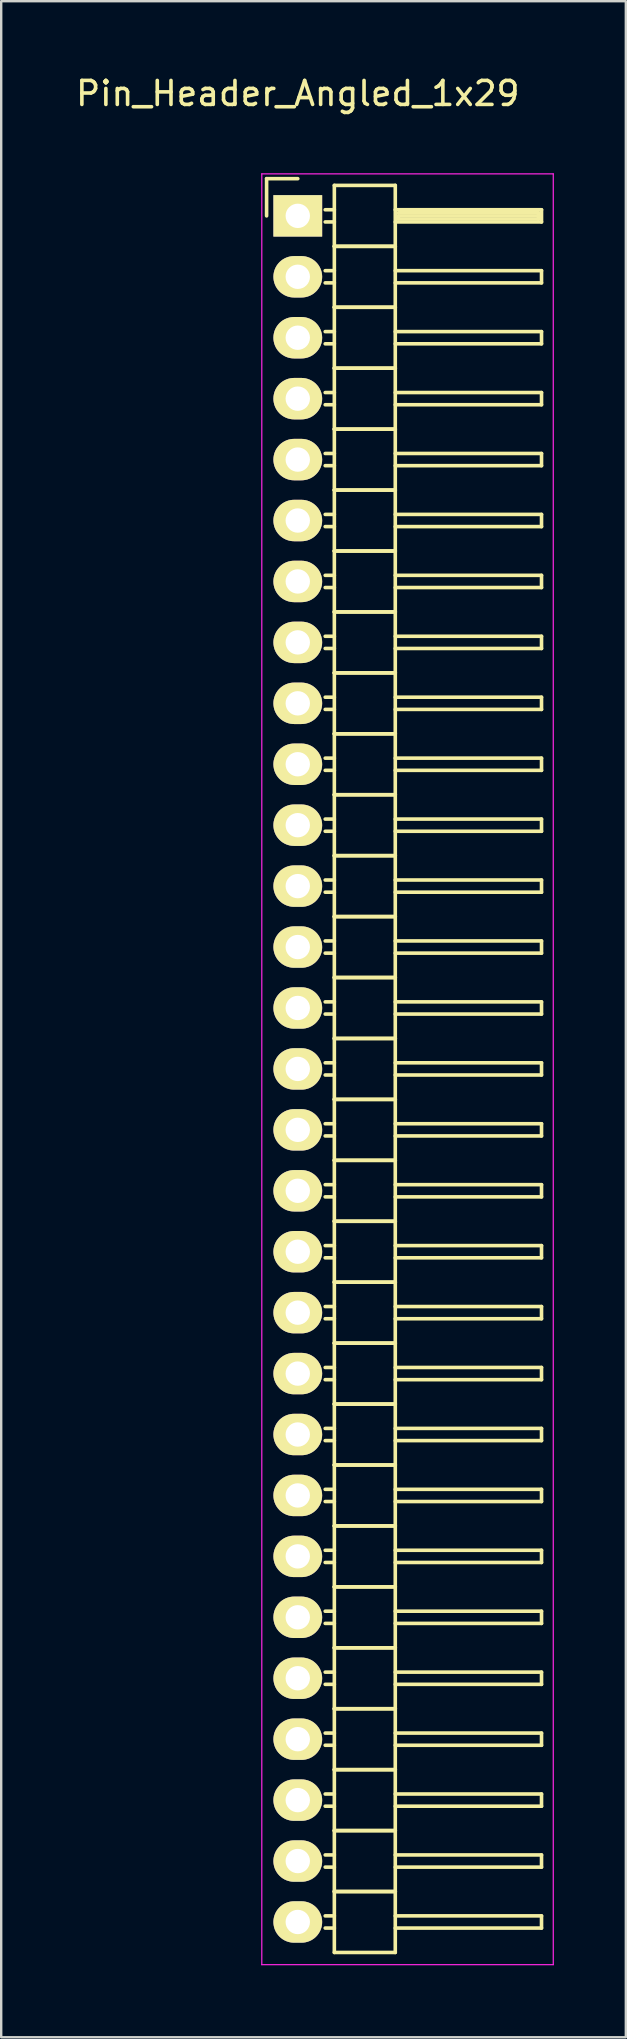
<source format=kicad_pcb>
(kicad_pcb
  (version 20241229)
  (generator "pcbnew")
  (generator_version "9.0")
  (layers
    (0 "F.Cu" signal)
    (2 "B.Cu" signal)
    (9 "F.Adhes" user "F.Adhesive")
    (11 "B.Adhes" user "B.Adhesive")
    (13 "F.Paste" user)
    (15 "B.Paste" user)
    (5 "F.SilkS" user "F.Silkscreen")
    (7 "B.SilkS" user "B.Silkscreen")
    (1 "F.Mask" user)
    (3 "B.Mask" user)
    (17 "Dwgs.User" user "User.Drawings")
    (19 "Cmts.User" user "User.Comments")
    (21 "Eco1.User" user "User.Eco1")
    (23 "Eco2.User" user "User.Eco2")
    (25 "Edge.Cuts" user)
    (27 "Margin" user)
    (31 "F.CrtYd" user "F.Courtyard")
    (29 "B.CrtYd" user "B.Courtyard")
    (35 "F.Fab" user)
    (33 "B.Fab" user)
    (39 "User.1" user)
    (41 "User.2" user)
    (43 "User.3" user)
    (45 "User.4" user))
  (footprint "Pin_Header_Angled_1x29"
    (layer "F.Cu")
    (at 9.363 5.948)
    (property "Reference" "Pin_Header_Angled_1x29" (at 0 -5.1 0) (layer "F.SilkS") (effects (font (size 1 1) (thickness 0.15))))
    (attr through_hole)
    (fp_line (start -1.3 -1.55) (end -1.3 0) (stroke (width 0.15) (type solid)) (layer "F.SilkS"))
    (fp_line (start 0 -1.55) (end -1.3 -1.55) (stroke (width 0.15) (type solid)) (layer "F.SilkS"))
    (fp_line (start 1.524 -1.27) (end 1.524 1.27) (stroke (width 0.15) (type solid)) (layer "F.SilkS"))
    (fp_line (start 1.524 -1.27) (end 4.064 -1.27) (stroke (width 0.15) (type solid)) (layer "F.SilkS"))
    (fp_line (start 1.524 -0.254) (end 1.143 -0.254) (stroke (width 0.15) (type solid)) (layer "F.SilkS"))
    (fp_line (start 1.524 0.254) (end 1.143 0.254) (stroke (width 0.15) (type solid)) (layer "F.SilkS"))
    (fp_line (start 1.524 1.27) (end 1.524 3.81) (stroke (width 0.15) (type solid)) (layer "F.SilkS"))
    (fp_line (start 1.524 1.27) (end 4.064 1.27) (stroke (width 0.15) (type solid)) (layer "F.SilkS"))
    (fp_line (start 1.524 1.27) (end 4.064 1.27) (stroke (width 0.15) (type solid)) (layer "F.SilkS"))
    (fp_line (start 1.524 2.286) (end 1.143 2.286) (stroke (width 0.15) (type solid)) (layer "F.SilkS"))
    (fp_line (start 1.524 2.794) (end 1.143 2.794) (stroke (width 0.15) (type solid)) (layer "F.SilkS"))
    (fp_line (start 1.524 3.81) (end 1.524 6.35) (stroke (width 0.15) (type solid)) (layer "F.SilkS"))
    (fp_line (start 1.524 3.81) (end 4.064 3.81) (stroke (width 0.15) (type solid)) (layer "F.SilkS"))
    (fp_line (start 1.524 3.81) (end 4.064 3.81) (stroke (width 0.15) (type solid)) (layer "F.SilkS"))
    (fp_line (start 1.524 4.826) (end 1.143 4.826) (stroke (width 0.15) (type solid)) (layer "F.SilkS"))
    (fp_line (start 1.524 5.334) (end 1.143 5.334) (stroke (width 0.15) (type solid)) (layer "F.SilkS"))
    (fp_line (start 1.524 6.35) (end 1.524 8.89) (stroke (width 0.15) (type solid)) (layer "F.SilkS"))
    (fp_line (start 1.524 6.35) (end 4.064 6.35) (stroke (width 0.15) (type solid)) (layer "F.SilkS"))
    (fp_line (start 1.524 6.35) (end 4.064 6.35) (stroke (width 0.15) (type solid)) (layer "F.SilkS"))
    (fp_line (start 1.524 7.366) (end 1.143 7.366) (stroke (width 0.15) (type solid)) (layer "F.SilkS"))
    (fp_line (start 1.524 7.874) (end 1.143 7.874) (stroke (width 0.15) (type solid)) (layer "F.SilkS"))
    (fp_line (start 1.524 8.89) (end 1.524 11.43) (stroke (width 0.15) (type solid)) (layer "F.SilkS"))
    (fp_line (start 1.524 8.89) (end 4.064 8.89) (stroke (width 0.15) (type solid)) (layer "F.SilkS"))
    (fp_line (start 1.524 8.89) (end 4.064 8.89) (stroke (width 0.15) (type solid)) (layer "F.SilkS"))
    (fp_line (start 1.524 9.906) (end 1.143 9.906) (stroke (width 0.15) (type solid)) (layer "F.SilkS"))
    (fp_line (start 1.524 10.414) (end 1.143 10.414) (stroke (width 0.15) (type solid)) (layer "F.SilkS"))
    (fp_line (start 1.524 11.43) (end 1.524 13.97) (stroke (width 0.15) (type solid)) (layer "F.SilkS"))
    (fp_line (start 1.524 11.43) (end 4.064 11.43) (stroke (width 0.15) (type solid)) (layer "F.SilkS"))
    (fp_line (start 1.524 11.43) (end 4.064 11.43) (stroke (width 0.15) (type solid)) (layer "F.SilkS"))
    (fp_line (start 1.524 12.446) (end 1.143 12.446) (stroke (width 0.15) (type solid)) (layer "F.SilkS"))
    (fp_line (start 1.524 12.954) (end 1.143 12.954) (stroke (width 0.15) (type solid)) (layer "F.SilkS"))
    (fp_line (start 1.524 13.97) (end 1.524 16.51) (stroke (width 0.15) (type solid)) (layer "F.SilkS"))
    (fp_line (start 1.524 13.97) (end 4.064 13.97) (stroke (width 0.15) (type solid)) (layer "F.SilkS"))
    (fp_line (start 1.524 13.97) (end 4.064 13.97) (stroke (width 0.15) (type solid)) (layer "F.SilkS"))
    (fp_line (start 1.524 14.986) (end 1.143 14.986) (stroke (width 0.15) (type solid)) (layer "F.SilkS"))
    (fp_line (start 1.524 15.494) (end 1.143 15.494) (stroke (width 0.15) (type solid)) (layer "F.SilkS"))
    (fp_line (start 1.524 16.51) (end 1.524 19.05) (stroke (width 0.15) (type solid)) (layer "F.SilkS"))
    (fp_line (start 1.524 16.51) (end 4.064 16.51) (stroke (width 0.15) (type solid)) (layer "F.SilkS"))
    (fp_line (start 1.524 16.51) (end 4.064 16.51) (stroke (width 0.15) (type solid)) (layer "F.SilkS"))
    (fp_line (start 1.524 17.526) (end 1.143 17.526) (stroke (width 0.15) (type solid)) (layer "F.SilkS"))
    (fp_line (start 1.524 18.034) (end 1.143 18.034) (stroke (width 0.15) (type solid)) (layer "F.SilkS"))
    (fp_line (start 1.524 19.05) (end 1.524 21.59) (stroke (width 0.15) (type solid)) (layer "F.SilkS"))
    (fp_line (start 1.524 19.05) (end 4.064 19.05) (stroke (width 0.15) (type solid)) (layer "F.SilkS"))
    (fp_line (start 1.524 19.05) (end 4.064 19.05) (stroke (width 0.15) (type solid)) (layer "F.SilkS"))
    (fp_line (start 1.524 20.066) (end 1.143 20.066) (stroke (width 0.15) (type solid)) (layer "F.SilkS"))
    (fp_line (start 1.524 20.574) (end 1.143 20.574) (stroke (width 0.15) (type solid)) (layer "F.SilkS"))
    (fp_line (start 1.524 21.59) (end 1.524 24.13) (stroke (width 0.15) (type solid)) (layer "F.SilkS"))
    (fp_line (start 1.524 21.59) (end 4.064 21.59) (stroke (width 0.15) (type solid)) (layer "F.SilkS"))
    (fp_line (start 1.524 21.59) (end 4.064 21.59) (stroke (width 0.15) (type solid)) (layer "F.SilkS"))
    (fp_line (start 1.524 22.606) (end 1.143 22.606) (stroke (width 0.15) (type solid)) (layer "F.SilkS"))
    (fp_line (start 1.524 23.114) (end 1.143 23.114) (stroke (width 0.15) (type solid)) (layer "F.SilkS"))
    (fp_line (start 1.524 24.13) (end 1.524 26.67) (stroke (width 0.15) (type solid)) (layer "F.SilkS"))
    (fp_line (start 1.524 24.13) (end 4.064 24.13) (stroke (width 0.15) (type solid)) (layer "F.SilkS"))
    (fp_line (start 1.524 24.13) (end 4.064 24.13) (stroke (width 0.15) (type solid)) (layer "F.SilkS"))
    (fp_line (start 1.524 25.146) (end 1.143 25.146) (stroke (width 0.15) (type solid)) (layer "F.SilkS"))
    (fp_line (start 1.524 25.654) (end 1.143 25.654) (stroke (width 0.15) (type solid)) (layer "F.SilkS"))
    (fp_line (start 1.524 26.67) (end 1.524 29.21) (stroke (width 0.15) (type solid)) (layer "F.SilkS"))
    (fp_line (start 1.524 26.67) (end 4.064 26.67) (stroke (width 0.15) (type solid)) (layer "F.SilkS"))
    (fp_line (start 1.524 26.67) (end 4.064 26.67) (stroke (width 0.15) (type solid)) (layer "F.SilkS"))
    (fp_line (start 1.524 27.686) (end 1.143 27.686) (stroke (width 0.15) (type solid)) (layer "F.SilkS"))
    (fp_line (start 1.524 28.194) (end 1.143 28.194) (stroke (width 0.15) (type solid)) (layer "F.SilkS"))
    (fp_line (start 1.524 29.21) (end 1.524 31.75) (stroke (width 0.15) (type solid)) (layer "F.SilkS"))
    (fp_line (start 1.524 29.21) (end 4.064 29.21) (stroke (width 0.15) (type solid)) (layer "F.SilkS"))
    (fp_line (start 1.524 29.21) (end 4.064 29.21) (stroke (width 0.15) (type solid)) (layer "F.SilkS"))
    (fp_line (start 1.524 30.226) (end 1.143 30.226) (stroke (width 0.15) (type solid)) (layer "F.SilkS"))
    (fp_line (start 1.524 30.734) (end 1.143 30.734) (stroke (width 0.15) (type solid)) (layer "F.SilkS"))
    (fp_line (start 1.524 31.75) (end 1.524 34.29) (stroke (width 0.15) (type solid)) (layer "F.SilkS"))
    (fp_line (start 1.524 31.75) (end 4.064 31.75) (stroke (width 0.15) (type solid)) (layer "F.SilkS"))
    (fp_line (start 1.524 31.75) (end 4.064 31.75) (stroke (width 0.15) (type solid)) (layer "F.SilkS"))
    (fp_line (start 1.524 32.766) (end 1.143 32.766) (stroke (width 0.15) (type solid)) (layer "F.SilkS"))
    (fp_line (start 1.524 33.274) (end 1.143 33.274) (stroke (width 0.15) (type solid)) (layer "F.SilkS"))
    (fp_line (start 1.524 34.29) (end 1.524 36.83) (stroke (width 0.15) (type solid)) (layer "F.SilkS"))
    (fp_line (start 1.524 34.29) (end 4.064 34.29) (stroke (width 0.15) (type solid)) (layer "F.SilkS"))
    (fp_line (start 1.524 34.29) (end 4.064 34.29) (stroke (width 0.15) (type solid)) (layer "F.SilkS"))
    (fp_line (start 1.524 35.306) (end 1.143 35.306) (stroke (width 0.15) (type solid)) (layer "F.SilkS"))
    (fp_line (start 1.524 35.814) (end 1.143 35.814) (stroke (width 0.15) (type solid)) (layer "F.SilkS"))
    (fp_line (start 1.524 36.83) (end 1.524 39.37) (stroke (width 0.15) (type solid)) (layer "F.SilkS"))
    (fp_line (start 1.524 36.83) (end 4.064 36.83) (stroke (width 0.15) (type solid)) (layer "F.SilkS"))
    (fp_line (start 1.524 36.83) (end 4.064 36.83) (stroke (width 0.15) (type solid)) (layer "F.SilkS"))
    (fp_line (start 1.524 37.846) (end 1.143 37.846) (stroke (width 0.15) (type solid)) (layer "F.SilkS"))
    (fp_line (start 1.524 38.354) (end 1.143 38.354) (stroke (width 0.15) (type solid)) (layer "F.SilkS"))
    (fp_line (start 1.524 39.37) (end 1.524 41.91) (stroke (width 0.15) (type solid)) (layer "F.SilkS"))
    (fp_line (start 1.524 39.37) (end 4.064 39.37) (stroke (width 0.15) (type solid)) (layer "F.SilkS"))
    (fp_line (start 1.524 39.37) (end 4.064 39.37) (stroke (width 0.15) (type solid)) (layer "F.SilkS"))
    (fp_line (start 1.524 40.386) (end 1.143 40.386) (stroke (width 0.15) (type solid)) (layer "F.SilkS"))
    (fp_line (start 1.524 40.894) (end 1.143 40.894) (stroke (width 0.15) (type solid)) (layer "F.SilkS"))
    (fp_line (start 1.524 41.91) (end 1.524 44.45) (stroke (width 0.15) (type solid)) (layer "F.SilkS"))
    (fp_line (start 1.524 41.91) (end 4.064 41.91) (stroke (width 0.15) (type solid)) (layer "F.SilkS"))
    (fp_line (start 1.524 41.91) (end 4.064 41.91) (stroke (width 0.15) (type solid)) (layer "F.SilkS"))
    (fp_line (start 1.524 42.926) (end 1.143 42.926) (stroke (width 0.15) (type solid)) (layer "F.SilkS"))
    (fp_line (start 1.524 43.434) (end 1.143 43.434) (stroke (width 0.15) (type solid)) (layer "F.SilkS"))
    (fp_line (start 1.524 44.45) (end 1.524 46.99) (stroke (width 0.15) (type solid)) (layer "F.SilkS"))
    (fp_line (start 1.524 44.45) (end 4.064 44.45) (stroke (width 0.15) (type solid)) (layer "F.SilkS"))
    (fp_line (start 1.524 44.45) (end 4.064 44.45) (stroke (width 0.15) (type solid)) (layer "F.SilkS"))
    (fp_line (start 1.524 45.466) (end 1.143 45.466) (stroke (width 0.15) (type solid)) (layer "F.SilkS"))
    (fp_line (start 1.524 45.974) (end 1.143 45.974) (stroke (width 0.15) (type solid)) (layer "F.SilkS"))
    (fp_line (start 1.524 46.99) (end 1.524 49.53) (stroke (width 0.15) (type solid)) (layer "F.SilkS"))
    (fp_line (start 1.524 46.99) (end 4.064 46.99) (stroke (width 0.15) (type solid)) (layer "F.SilkS"))
    (fp_line (start 1.524 46.99) (end 4.064 46.99) (stroke (width 0.15) (type solid)) (layer "F.SilkS"))
    (fp_line (start 1.524 48.006) (end 1.143 48.006) (stroke (width 0.15) (type solid)) (layer "F.SilkS"))
    (fp_line (start 1.524 48.514) (end 1.143 48.514) (stroke (width 0.15) (type solid)) (layer "F.SilkS"))
    (fp_line (start 1.524 49.53) (end 1.524 52.07) (stroke (width 0.15) (type solid)) (layer "F.SilkS"))
    (fp_line (start 1.524 49.53) (end 4.064 49.53) (stroke (width 0.15) (type solid)) (layer "F.SilkS"))
    (fp_line (start 1.524 49.53) (end 4.064 49.53) (stroke (width 0.15) (type solid)) (layer "F.SilkS"))
    (fp_line (start 1.524 50.546) (end 1.143 50.546) (stroke (width 0.15) (type solid)) (layer "F.SilkS"))
    (fp_line (start 1.524 51.054) (end 1.143 51.054) (stroke (width 0.15) (type solid)) (layer "F.SilkS"))
    (fp_line (start 1.524 52.07) (end 1.524 54.61) (stroke (width 0.15) (type solid)) (layer "F.SilkS"))
    (fp_line (start 1.524 52.07) (end 4.064 52.07) (stroke (width 0.15) (type solid)) (layer "F.SilkS"))
    (fp_line (start 1.524 52.07) (end 4.064 52.07) (stroke (width 0.15) (type solid)) (layer "F.SilkS"))
    (fp_line (start 1.524 53.086) (end 1.143 53.086) (stroke (width 0.15) (type solid)) (layer "F.SilkS"))
    (fp_line (start 1.524 53.594) (end 1.143 53.594) (stroke (width 0.15) (type solid)) (layer "F.SilkS"))
    (fp_line (start 1.524 54.61) (end 1.524 57.15) (stroke (width 0.15) (type solid)) (layer "F.SilkS"))
    (fp_line (start 1.524 54.61) (end 4.064 54.61) (stroke (width 0.15) (type solid)) (layer "F.SilkS"))
    (fp_line (start 1.524 54.61) (end 4.064 54.61) (stroke (width 0.15) (type solid)) (layer "F.SilkS"))
    (fp_line (start 1.524 55.626) (end 1.143 55.626) (stroke (width 0.15) (type solid)) (layer "F.SilkS"))
    (fp_line (start 1.524 56.134) (end 1.143 56.134) (stroke (width 0.15) (type solid)) (layer "F.SilkS"))
    (fp_line (start 1.524 57.15) (end 1.524 59.69) (stroke (width 0.15) (type solid)) (layer "F.SilkS"))
    (fp_line (start 1.524 57.15) (end 4.064 57.15) (stroke (width 0.15) (type solid)) (layer "F.SilkS"))
    (fp_line (start 1.524 57.15) (end 4.064 57.15) (stroke (width 0.15) (type solid)) (layer "F.SilkS"))
    (fp_line (start 1.524 58.166) (end 1.143 58.166) (stroke (width 0.15) (type solid)) (layer "F.SilkS"))
    (fp_line (start 1.524 58.674) (end 1.143 58.674) (stroke (width 0.15) (type solid)) (layer "F.SilkS"))
    (fp_line (start 1.524 59.69) (end 1.524 62.23) (stroke (width 0.15) (type solid)) (layer "F.SilkS"))
    (fp_line (start 1.524 59.69) (end 4.064 59.69) (stroke (width 0.15) (type solid)) (layer "F.SilkS"))
    (fp_line (start 1.524 59.69) (end 4.064 59.69) (stroke (width 0.15) (type solid)) (layer "F.SilkS"))
    (fp_line (start 1.524 60.706) (end 1.143 60.706) (stroke (width 0.15) (type solid)) (layer "F.SilkS"))
    (fp_line (start 1.524 61.214) (end 1.143 61.214) (stroke (width 0.15) (type solid)) (layer "F.SilkS"))
    (fp_line (start 1.524 62.23) (end 1.524 64.77) (stroke (width 0.15) (type solid)) (layer "F.SilkS"))
    (fp_line (start 1.524 62.23) (end 4.064 62.23) (stroke (width 0.15) (type solid)) (layer "F.SilkS"))
    (fp_line (start 1.524 62.23) (end 4.064 62.23) (stroke (width 0.15) (type solid)) (layer "F.SilkS"))
    (fp_line (start 1.524 63.246) (end 1.143 63.246) (stroke (width 0.15) (type solid)) (layer "F.SilkS"))
    (fp_line (start 1.524 63.754) (end 1.143 63.754) (stroke (width 0.15) (type solid)) (layer "F.SilkS"))
    (fp_line (start 1.524 64.77) (end 1.524 67.31) (stroke (width 0.15) (type solid)) (layer "F.SilkS"))
    (fp_line (start 1.524 64.77) (end 4.064 64.77) (stroke (width 0.15) (type solid)) (layer "F.SilkS"))
    (fp_line (start 1.524 64.77) (end 4.064 64.77) (stroke (width 0.15) (type solid)) (layer "F.SilkS"))
    (fp_line (start 1.524 65.786) (end 1.143 65.786) (stroke (width 0.15) (type solid)) (layer "F.SilkS"))
    (fp_line (start 1.524 66.294) (end 1.143 66.294) (stroke (width 0.15) (type solid)) (layer "F.SilkS"))
    (fp_line (start 1.524 67.31) (end 1.524 69.85) (stroke (width 0.15) (type solid)) (layer "F.SilkS"))
    (fp_line (start 1.524 67.31) (end 4.064 67.31) (stroke (width 0.15) (type solid)) (layer "F.SilkS"))
    (fp_line (start 1.524 67.31) (end 4.064 67.31) (stroke (width 0.15) (type solid)) (layer "F.SilkS"))
    (fp_line (start 1.524 68.326) (end 1.143 68.326) (stroke (width 0.15) (type solid)) (layer "F.SilkS"))
    (fp_line (start 1.524 68.834) (end 1.143 68.834) (stroke (width 0.15) (type solid)) (layer "F.SilkS"))
    (fp_line (start 1.524 69.85) (end 1.524 72.39) (stroke (width 0.15) (type solid)) (layer "F.SilkS"))
    (fp_line (start 1.524 69.85) (end 4.064 69.85) (stroke (width 0.15) (type solid)) (layer "F.SilkS"))
    (fp_line (start 1.524 69.85) (end 4.064 69.85) (stroke (width 0.15) (type solid)) (layer "F.SilkS"))
    (fp_line (start 1.524 70.866) (end 1.143 70.866) (stroke (width 0.15) (type solid)) (layer "F.SilkS"))
    (fp_line (start 1.524 71.374) (end 1.143 71.374) (stroke (width 0.15) (type solid)) (layer "F.SilkS"))
    (fp_line (start 1.524 72.39) (end 4.064 72.39) (stroke (width 0.15) (type solid)) (layer "F.SilkS"))
    (fp_line (start 4.064 -0.254) (end 10.16 -0.254) (stroke (width 0.15) (type solid)) (layer "F.SilkS"))
    (fp_line (start 4.064 1.27) (end 4.064 -1.27) (stroke (width 0.15) (type solid)) (layer "F.SilkS"))
    (fp_line (start 4.064 2.286) (end 10.16 2.286) (stroke (width 0.15) (type solid)) (layer "F.SilkS"))
    (fp_line (start 4.064 3.81) (end 4.064 1.27) (stroke (width 0.15) (type solid)) (layer "F.SilkS"))
    (fp_line (start 4.064 4.826) (end 10.16 4.826) (stroke (width 0.15) (type solid)) (layer "F.SilkS"))
    (fp_line (start 4.064 6.35) (end 4.064 3.81) (stroke (width 0.15) (type solid)) (layer "F.SilkS"))
    (fp_line (start 4.064 7.366) (end 10.16 7.366) (stroke (width 0.15) (type solid)) (layer "F.SilkS"))
    (fp_line (start 4.064 8.89) (end 4.064 6.35) (stroke (width 0.15) (type solid)) (layer "F.SilkS"))
    (fp_line (start 4.064 9.906) (end 10.16 9.906) (stroke (width 0.15) (type solid)) (layer "F.SilkS"))
    (fp_line (start 4.064 11.43) (end 4.064 8.89) (stroke (width 0.15) (type solid)) (layer "F.SilkS"))
    (fp_line (start 4.064 12.446) (end 10.16 12.446) (stroke (width 0.15) (type solid)) (layer "F.SilkS"))
    (fp_line (start 4.064 13.97) (end 4.064 11.43) (stroke (width 0.15) (type solid)) (layer "F.SilkS"))
    (fp_line (start 4.064 14.986) (end 10.16 14.986) (stroke (width 0.15) (type solid)) (layer "F.SilkS"))
    (fp_line (start 4.064 16.51) (end 4.064 13.97) (stroke (width 0.15) (type solid)) (layer "F.SilkS"))
    (fp_line (start 4.064 17.526) (end 10.16 17.526) (stroke (width 0.15) (type solid)) (layer "F.SilkS"))
    (fp_line (start 4.064 19.05) (end 4.064 16.51) (stroke (width 0.15) (type solid)) (layer "F.SilkS"))
    (fp_line (start 4.064 20.066) (end 10.16 20.066) (stroke (width 0.15) (type solid)) (layer "F.SilkS"))
    (fp_line (start 4.064 21.59) (end 4.064 19.05) (stroke (width 0.15) (type solid)) (layer "F.SilkS"))
    (fp_line (start 4.064 22.606) (end 10.16 22.606) (stroke (width 0.15) (type solid)) (layer "F.SilkS"))
    (fp_line (start 4.064 24.13) (end 4.064 21.59) (stroke (width 0.15) (type solid)) (layer "F.SilkS"))
    (fp_line (start 4.064 25.146) (end 10.16 25.146) (stroke (width 0.15) (type solid)) (layer "F.SilkS"))
    (fp_line (start 4.064 26.67) (end 4.064 24.13) (stroke (width 0.15) (type solid)) (layer "F.SilkS"))
    (fp_line (start 4.064 27.686) (end 10.16 27.686) (stroke (width 0.15) (type solid)) (layer "F.SilkS"))
    (fp_line (start 4.064 29.21) (end 4.064 26.67) (stroke (width 0.15) (type solid)) (layer "F.SilkS"))
    (fp_line (start 4.064 30.226) (end 10.16 30.226) (stroke (width 0.15) (type solid)) (layer "F.SilkS"))
    (fp_line (start 4.064 31.75) (end 4.064 29.21) (stroke (width 0.15) (type solid)) (layer "F.SilkS"))
    (fp_line (start 4.064 32.766) (end 10.16 32.766) (stroke (width 0.15) (type solid)) (layer "F.SilkS"))
    (fp_line (start 4.064 34.29) (end 4.064 31.75) (stroke (width 0.15) (type solid)) (layer "F.SilkS"))
    (fp_line (start 4.064 35.306) (end 10.16 35.306) (stroke (width 0.15) (type solid)) (layer "F.SilkS"))
    (fp_line (start 4.064 36.83) (end 4.064 34.29) (stroke (width 0.15) (type solid)) (layer "F.SilkS"))
    (fp_line (start 4.064 37.846) (end 10.16 37.846) (stroke (width 0.15) (type solid)) (layer "F.SilkS"))
    (fp_line (start 4.064 39.37) (end 4.064 36.83) (stroke (width 0.15) (type solid)) (layer "F.SilkS"))
    (fp_line (start 4.064 40.386) (end 10.16 40.386) (stroke (width 0.15) (type solid)) (layer "F.SilkS"))
    (fp_line (start 4.064 41.91) (end 4.064 39.37) (stroke (width 0.15) (type solid)) (layer "F.SilkS"))
    (fp_line (start 4.064 42.926) (end 10.16 42.926) (stroke (width 0.15) (type solid)) (layer "F.SilkS"))
    (fp_line (start 4.064 44.45) (end 4.064 41.91) (stroke (width 0.15) (type solid)) (layer "F.SilkS"))
    (fp_line (start 4.064 45.466) (end 10.16 45.466) (stroke (width 0.15) (type solid)) (layer "F.SilkS"))
    (fp_line (start 4.064 46.99) (end 4.064 44.45) (stroke (width 0.15) (type solid)) (layer "F.SilkS"))
    (fp_line (start 4.064 48.006) (end 10.16 48.006) (stroke (width 0.15) (type solid)) (layer "F.SilkS"))
    (fp_line (start 4.064 49.53) (end 4.064 46.99) (stroke (width 0.15) (type solid)) (layer "F.SilkS"))
    (fp_line (start 4.064 50.546) (end 10.16 50.546) (stroke (width 0.15) (type solid)) (layer "F.SilkS"))
    (fp_line (start 4.064 52.07) (end 4.064 49.53) (stroke (width 0.15) (type solid)) (layer "F.SilkS"))
    (fp_line (start 4.064 53.086) (end 10.16 53.086) (stroke (width 0.15) (type solid)) (layer "F.SilkS"))
    (fp_line (start 4.064 54.61) (end 4.064 52.07) (stroke (width 0.15) (type solid)) (layer "F.SilkS"))
    (fp_line (start 4.064 55.626) (end 10.16 55.626) (stroke (width 0.15) (type solid)) (layer "F.SilkS"))
    (fp_line (start 4.064 57.15) (end 4.064 54.61) (stroke (width 0.15) (type solid)) (layer "F.SilkS"))
    (fp_line (start 4.064 58.166) (end 10.16 58.166) (stroke (width 0.15) (type solid)) (layer "F.SilkS"))
    (fp_line (start 4.064 59.69) (end 4.064 57.15) (stroke (width 0.15) (type solid)) (layer "F.SilkS"))
    (fp_line (start 4.064 60.706) (end 10.16 60.706) (stroke (width 0.15) (type solid)) (layer "F.SilkS"))
    (fp_line (start 4.064 62.23) (end 4.064 59.69) (stroke (width 0.15) (type solid)) (layer "F.SilkS"))
    (fp_line (start 4.064 63.246) (end 10.16 63.246) (stroke (width 0.15) (type solid)) (layer "F.SilkS"))
    (fp_line (start 4.064 64.77) (end 4.064 62.23) (stroke (width 0.15) (type solid)) (layer "F.SilkS"))
    (fp_line (start 4.064 65.786) (end 10.16 65.786) (stroke (width 0.15) (type solid)) (layer "F.SilkS"))
    (fp_line (start 4.064 67.31) (end 4.064 64.77) (stroke (width 0.15) (type solid)) (layer "F.SilkS"))
    (fp_line (start 4.064 68.326) (end 10.16 68.326) (stroke (width 0.15) (type solid)) (layer "F.SilkS"))
    (fp_line (start 4.064 69.85) (end 4.064 67.31) (stroke (width 0.15) (type solid)) (layer "F.SilkS"))
    (fp_line (start 4.064 70.866) (end 10.16 70.866) (stroke (width 0.15) (type solid)) (layer "F.SilkS"))
    (fp_line (start 4.064 72.39) (end 4.064 69.85) (stroke (width 0.15) (type solid)) (layer "F.SilkS"))
    (fp_line (start 4.191 -0.127) (end 10.033 -0.127) (stroke (width 0.15) (type solid)) (layer "F.SilkS"))
    (fp_line (start 4.191 0) (end 10.033 0) (stroke (width 0.15) (type solid)) (layer "F.SilkS"))
    (fp_line (start 4.191 0.127) (end 4.191 0) (stroke (width 0.15) (type solid)) (layer "F.SilkS"))
    (fp_line (start 10.033 -0.127) (end 10.033 0.127) (stroke (width 0.15) (type solid)) (layer "F.SilkS"))
    (fp_line (start 10.033 0.127) (end 4.191 0.127) (stroke (width 0.15) (type solid)) (layer "F.SilkS"))
    (fp_line (start 10.16 -0.254) (end 10.16 0.254) (stroke (width 0.15) (type solid)) (layer "F.SilkS"))
    (fp_line (start 10.16 0.254) (end 4.064 0.254) (stroke (width 0.15) (type solid)) (layer "F.SilkS"))
    (fp_line (start 10.16 2.286) (end 10.16 2.794) (stroke (width 0.15) (type solid)) (layer "F.SilkS"))
    (fp_line (start 10.16 2.794) (end 4.064 2.794) (stroke (width 0.15) (type solid)) (layer "F.SilkS"))
    (fp_line (start 10.16 4.826) (end 10.16 5.334) (stroke (width 0.15) (type solid)) (layer "F.SilkS"))
    (fp_line (start 10.16 5.334) (end 4.064 5.334) (stroke (width 0.15) (type solid)) (layer "F.SilkS"))
    (fp_line (start 10.16 7.366) (end 10.16 7.874) (stroke (width 0.15) (type solid)) (layer "F.SilkS"))
    (fp_line (start 10.16 7.874) (end 4.064 7.874) (stroke (width 0.15) (type solid)) (layer "F.SilkS"))
    (fp_line (start 10.16 9.906) (end 10.16 10.414) (stroke (width 0.15) (type solid)) (layer "F.SilkS"))
    (fp_line (start 10.16 10.414) (end 4.064 10.414) (stroke (width 0.15) (type solid)) (layer "F.SilkS"))
    (fp_line (start 10.16 12.446) (end 10.16 12.954) (stroke (width 0.15) (type solid)) (layer "F.SilkS"))
    (fp_line (start 10.16 12.954) (end 4.064 12.954) (stroke (width 0.15) (type solid)) (layer "F.SilkS"))
    (fp_line (start 10.16 14.986) (end 10.16 15.494) (stroke (width 0.15) (type solid)) (layer "F.SilkS"))
    (fp_line (start 10.16 15.494) (end 4.064 15.494) (stroke (width 0.15) (type solid)) (layer "F.SilkS"))
    (fp_line (start 10.16 17.526) (end 10.16 18.034) (stroke (width 0.15) (type solid)) (layer "F.SilkS"))
    (fp_line (start 10.16 18.034) (end 4.064 18.034) (stroke (width 0.15) (type solid)) (layer "F.SilkS"))
    (fp_line (start 10.16 20.066) (end 10.16 20.574) (stroke (width 0.15) (type solid)) (layer "F.SilkS"))
    (fp_line (start 10.16 20.574) (end 4.064 20.574) (stroke (width 0.15) (type solid)) (layer "F.SilkS"))
    (fp_line (start 10.16 22.606) (end 10.16 23.114) (stroke (width 0.15) (type solid)) (layer "F.SilkS"))
    (fp_line (start 10.16 23.114) (end 4.064 23.114) (stroke (width 0.15) (type solid)) (layer "F.SilkS"))
    (fp_line (start 10.16 25.146) (end 10.16 25.654) (stroke (width 0.15) (type solid)) (layer "F.SilkS"))
    (fp_line (start 10.16 25.654) (end 4.064 25.654) (stroke (width 0.15) (type solid)) (layer "F.SilkS"))
    (fp_line (start 10.16 27.686) (end 10.16 28.194) (stroke (width 0.15) (type solid)) (layer "F.SilkS"))
    (fp_line (start 10.16 28.194) (end 4.064 28.194) (stroke (width 0.15) (type solid)) (layer "F.SilkS"))
    (fp_line (start 10.16 30.226) (end 10.16 30.734) (stroke (width 0.15) (type solid)) (layer "F.SilkS"))
    (fp_line (start 10.16 30.734) (end 4.064 30.734) (stroke (width 0.15) (type solid)) (layer "F.SilkS"))
    (fp_line (start 10.16 32.766) (end 10.16 33.274) (stroke (width 0.15) (type solid)) (layer "F.SilkS"))
    (fp_line (start 10.16 33.274) (end 4.064 33.274) (stroke (width 0.15) (type solid)) (layer "F.SilkS"))
    (fp_line (start 10.16 35.306) (end 10.16 35.814) (stroke (width 0.15) (type solid)) (layer "F.SilkS"))
    (fp_line (start 10.16 35.814) (end 4.064 35.814) (stroke (width 0.15) (type solid)) (layer "F.SilkS"))
    (fp_line (start 10.16 37.846) (end 10.16 38.354) (stroke (width 0.15) (type solid)) (layer "F.SilkS"))
    (fp_line (start 10.16 38.354) (end 4.064 38.354) (stroke (width 0.15) (type solid)) (layer "F.SilkS"))
    (fp_line (start 10.16 40.386) (end 10.16 40.894) (stroke (width 0.15) (type solid)) (layer "F.SilkS"))
    (fp_line (start 10.16 40.894) (end 4.064 40.894) (stroke (width 0.15) (type solid)) (layer "F.SilkS"))
    (fp_line (start 10.16 42.926) (end 10.16 43.434) (stroke (width 0.15) (type solid)) (layer "F.SilkS"))
    (fp_line (start 10.16 43.434) (end 4.064 43.434) (stroke (width 0.15) (type solid)) (layer "F.SilkS"))
    (fp_line (start 10.16 45.466) (end 10.16 45.974) (stroke (width 0.15) (type solid)) (layer "F.SilkS"))
    (fp_line (start 10.16 45.974) (end 4.064 45.974) (stroke (width 0.15) (type solid)) (layer "F.SilkS"))
    (fp_line (start 10.16 48.006) (end 10.16 48.514) (stroke (width 0.15) (type solid)) (layer "F.SilkS"))
    (fp_line (start 10.16 48.514) (end 4.064 48.514) (stroke (width 0.15) (type solid)) (layer "F.SilkS"))
    (fp_line (start 10.16 50.546) (end 10.16 51.054) (stroke (width 0.15) (type solid)) (layer "F.SilkS"))
    (fp_line (start 10.16 51.054) (end 4.064 51.054) (stroke (width 0.15) (type solid)) (layer "F.SilkS"))
    (fp_line (start 10.16 53.086) (end 10.16 53.594) (stroke (width 0.15) (type solid)) (layer "F.SilkS"))
    (fp_line (start 10.16 53.594) (end 4.064 53.594) (stroke (width 0.15) (type solid)) (layer "F.SilkS"))
    (fp_line (start 10.16 55.626) (end 10.16 56.134) (stroke (width 0.15) (type solid)) (layer "F.SilkS"))
    (fp_line (start 10.16 56.134) (end 4.064 56.134) (stroke (width 0.15) (type solid)) (layer "F.SilkS"))
    (fp_line (start 10.16 58.166) (end 10.16 58.674) (stroke (width 0.15) (type solid)) (layer "F.SilkS"))
    (fp_line (start 10.16 58.674) (end 4.064 58.674) (stroke (width 0.15) (type solid)) (layer "F.SilkS"))
    (fp_line (start 10.16 60.706) (end 10.16 61.214) (stroke (width 0.15) (type solid)) (layer "F.SilkS"))
    (fp_line (start 10.16 61.214) (end 4.064 61.214) (stroke (width 0.15) (type solid)) (layer "F.SilkS"))
    (fp_line (start 10.16 63.246) (end 10.16 63.754) (stroke (width 0.15) (type solid)) (layer "F.SilkS"))
    (fp_line (start 10.16 63.754) (end 4.064 63.754) (stroke (width 0.15) (type solid)) (layer "F.SilkS"))
    (fp_line (start 10.16 65.786) (end 10.16 66.294) (stroke (width 0.15) (type solid)) (layer "F.SilkS"))
    (fp_line (start 10.16 66.294) (end 4.064 66.294) (stroke (width 0.15) (type solid)) (layer "F.SilkS"))
    (fp_line (start 10.16 68.326) (end 10.16 68.834) (stroke (width 0.15) (type solid)) (layer "F.SilkS"))
    (fp_line (start 10.16 68.834) (end 4.064 68.834) (stroke (width 0.15) (type solid)) (layer "F.SilkS"))
    (fp_line (start 10.16 70.866) (end 10.16 71.374) (stroke (width 0.15) (type solid)) (layer "F.SilkS"))
    (fp_line (start 10.16 71.374) (end 4.064 71.374) (stroke (width 0.15) (type solid)) (layer "F.SilkS"))
    (fp_line (start -1.5 -1.75) (end -1.5 72.9) (stroke (width 0.05) (type solid)) (layer "F.CrtYd"))
    (fp_line (start -1.5 -1.75) (end 10.65 -1.75) (stroke (width 0.05) (type solid)) (layer "F.CrtYd"))
    (fp_line (start -1.5 72.9) (end 10.65 72.9) (stroke (width 0.05) (type solid)) (layer "F.CrtYd"))
    (fp_line (start 10.65 -1.75) (end 10.65 72.9) (stroke (width 0.05) (type solid)) (layer "F.CrtYd"))
    (pad "1" thru_hole rect (at 0 0) (size 2.032 1.727) (drill 1.016) (layers "*.Cu" "*.Mask" "F.SilkS"))
    (pad "2" thru_hole oval (at 0 2.54) (size 2.032 1.727) (drill 1.016) (layers "*.Cu" "*.Mask" "F.SilkS"))
    (pad "3" thru_hole oval (at 0 5.08) (size 2.032 1.727) (drill 1.016) (layers "*.Cu" "*.Mask" "F.SilkS"))
    (pad "4" thru_hole oval (at 0 7.62) (size 2.032 1.727) (drill 1.016) (layers "*.Cu" "*.Mask" "F.SilkS"))
    (pad "5" thru_hole oval (at 0 10.16) (size 2.032 1.727) (drill 1.016) (layers "*.Cu" "*.Mask" "F.SilkS"))
    (pad "6" thru_hole oval (at 0 12.7) (size 2.032 1.727) (drill 1.016) (layers "*.Cu" "*.Mask" "F.SilkS"))
    (pad "7" thru_hole oval (at 0 15.24) (size 2.032 1.727) (drill 1.016) (layers "*.Cu" "*.Mask" "F.SilkS"))
    (pad "8" thru_hole oval (at 0 17.78) (size 2.032 1.727) (drill 1.016) (layers "*.Cu" "*.Mask" "F.SilkS"))
    (pad "9" thru_hole oval (at 0 20.32) (size 2.032 1.727) (drill 1.016) (layers "*.Cu" "*.Mask" "F.SilkS"))
    (pad "10" thru_hole oval (at 0 22.86) (size 2.032 1.727) (drill 1.016) (layers "*.Cu" "*.Mask" "F.SilkS"))
    (pad "11" thru_hole oval (at 0 25.4) (size 2.032 1.727) (drill 1.016) (layers "*.Cu" "*.Mask" "F.SilkS"))
    (pad "12" thru_hole oval (at 0 27.94) (size 2.032 1.727) (drill 1.016) (layers "*.Cu" "*.Mask" "F.SilkS"))
    (pad "13" thru_hole oval (at 0 30.48) (size 2.032 1.727) (drill 1.016) (layers "*.Cu" "*.Mask" "F.SilkS"))
    (pad "14" thru_hole oval (at 0 33.02) (size 2.032 1.727) (drill 1.016) (layers "*.Cu" "*.Mask" "F.SilkS"))
    (pad "15" thru_hole oval (at 0 35.56) (size 2.032 1.727) (drill 1.016) (layers "*.Cu" "*.Mask" "F.SilkS"))
    (pad "16" thru_hole oval (at 0 38.1) (size 2.032 1.727) (drill 1.016) (layers "*.Cu" "*.Mask" "F.SilkS"))
    (pad "17" thru_hole oval (at 0 40.64) (size 2.032 1.727) (drill 1.016) (layers "*.Cu" "*.Mask" "F.SilkS"))
    (pad "18" thru_hole oval (at 0 43.18) (size 2.032 1.727) (drill 1.016) (layers "*.Cu" "*.Mask" "F.SilkS"))
    (pad "19" thru_hole oval (at 0 45.72) (size 2.032 1.727) (drill 1.016) (layers "*.Cu" "*.Mask" "F.SilkS"))
    (pad "20" thru_hole oval (at 0 48.26) (size 2.032 1.727) (drill 1.016) (layers "*.Cu" "*.Mask" "F.SilkS"))
    (pad "21" thru_hole oval (at 0 50.8) (size 2.032 1.727) (drill 1.016) (layers "*.Cu" "*.Mask" "F.SilkS"))
    (pad "22" thru_hole oval (at 0 53.34) (size 2.032 1.727) (drill 1.016) (layers "*.Cu" "*.Mask" "F.SilkS"))
    (pad "23" thru_hole oval (at 0 55.88) (size 2.032 1.727) (drill 1.016) (layers "*.Cu" "*.Mask" "F.SilkS"))
    (pad "24" thru_hole oval (at 0 58.42) (size 2.032 1.727) (drill 1.016) (layers "*.Cu" "*.Mask" "F.SilkS"))
    (pad "25" thru_hole oval (at 0 60.96) (size 2.032 1.727) (drill 1.016) (layers "*.Cu" "*.Mask" "F.SilkS"))
    (pad "26" thru_hole oval (at 0 63.5) (size 2.032 1.727) (drill 1.016) (layers "*.Cu" "*.Mask" "F.SilkS"))
    (pad "27" thru_hole oval (at 0 66.04) (size 2.032 1.727) (drill 1.016) (layers "*.Cu" "*.Mask" "F.SilkS"))
    (pad "28" thru_hole oval (at 0 68.58) (size 2.032 1.727) (drill 1.016) (layers "*.Cu" "*.Mask" "F.SilkS"))
    (pad "29" thru_hole oval (at 0 71.12) (size 2.032 1.727) (drill 1.016) (layers "*.Cu" "*.Mask" "F.SilkS")))
  (gr_rect
    (start -3 -3)
    (end 23.038 81.873)
    (stroke (width 0.1) (type default))
    (fill no)
    (layer "Edge.Cuts")))
</source>
